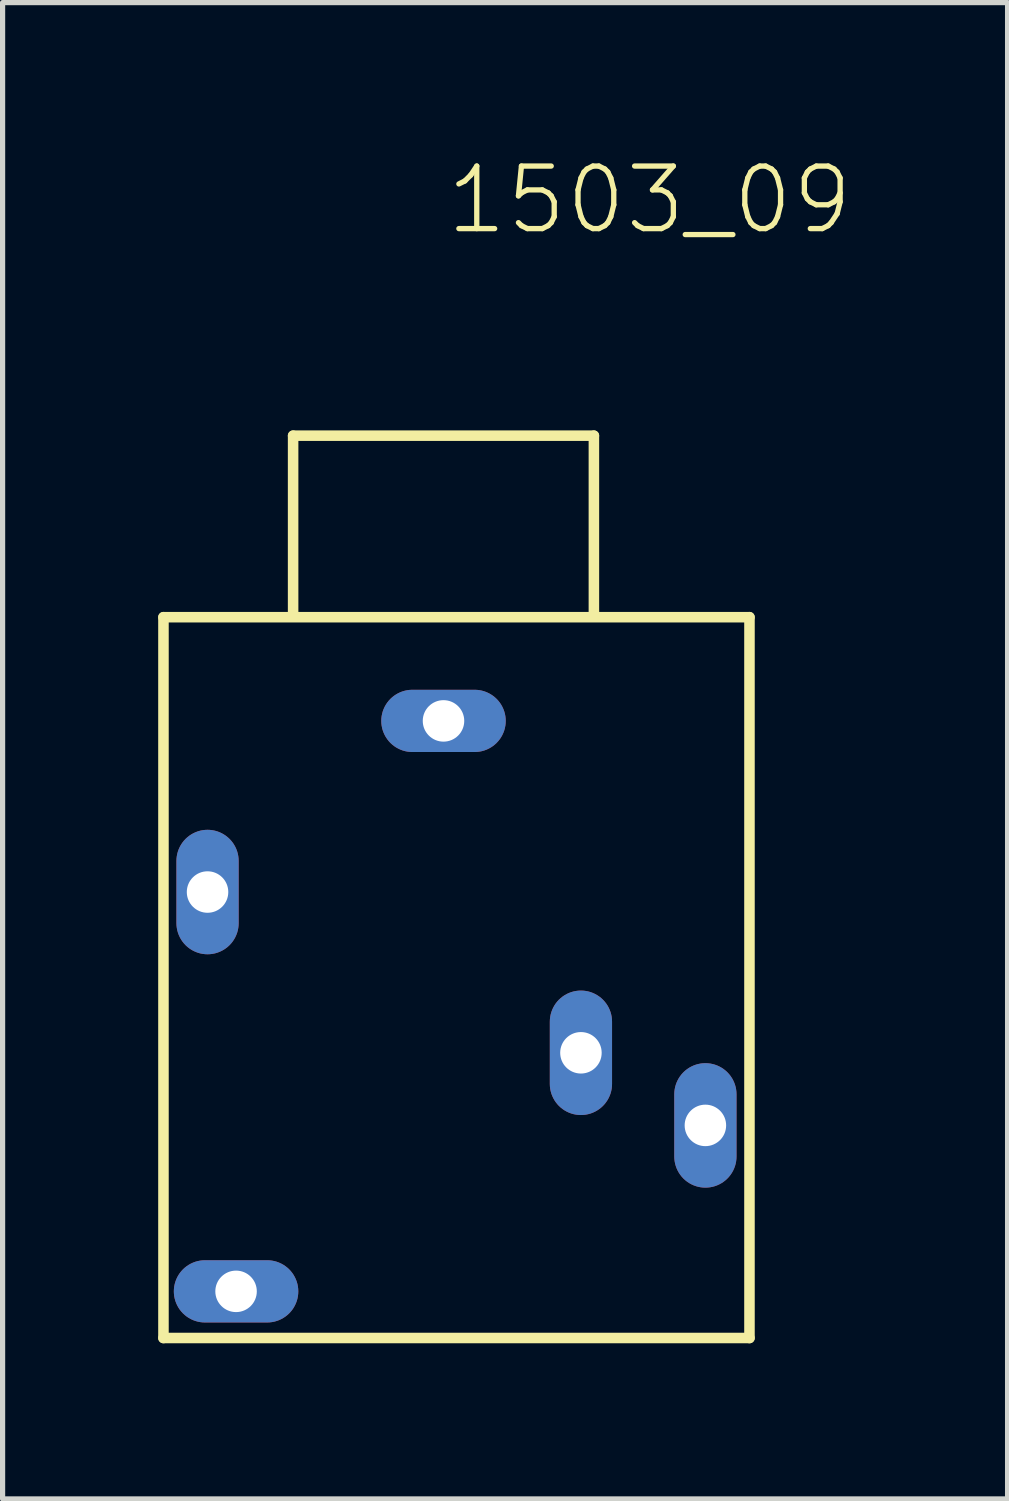
<source format=kicad_pcb>
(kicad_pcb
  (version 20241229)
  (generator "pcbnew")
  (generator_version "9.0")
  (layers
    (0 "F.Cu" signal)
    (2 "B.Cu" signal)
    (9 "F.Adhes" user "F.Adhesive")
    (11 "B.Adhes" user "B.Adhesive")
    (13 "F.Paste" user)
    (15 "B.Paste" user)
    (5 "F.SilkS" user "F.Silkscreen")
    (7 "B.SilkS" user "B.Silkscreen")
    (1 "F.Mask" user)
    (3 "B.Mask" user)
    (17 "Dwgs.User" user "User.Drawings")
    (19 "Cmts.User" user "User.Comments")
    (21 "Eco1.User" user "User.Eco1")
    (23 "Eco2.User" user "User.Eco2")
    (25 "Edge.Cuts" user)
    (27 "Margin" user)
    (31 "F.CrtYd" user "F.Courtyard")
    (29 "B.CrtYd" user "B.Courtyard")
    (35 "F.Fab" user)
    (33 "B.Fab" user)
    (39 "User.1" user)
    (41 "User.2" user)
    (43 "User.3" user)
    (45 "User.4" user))
  (footprint "1503_09"
    (layer "F.Cu")
    (at 5.502 8.751)
    (property "Reference" "1503_09" (at 0 -7.24 0) (layer "F.SilkS") (effects (font (size 1.206 1.206) (thickness 0.102)) (justify left bottom)))
    (attr through_hole)
    (fp_line (start -5.4 0.1) (end 5.9 0.1) (stroke (width 0.203) (type solid)) (layer "F.SilkS"))
    (fp_line (start -5.4 14) (end -5.4 0.1) (stroke (width 0.203) (type solid)) (layer "F.SilkS"))
    (fp_line (start -2.9 -3.4) (end 2.9 -3.4) (stroke (width 0.203) (type solid)) (layer "F.SilkS"))
    (fp_line (start -2.9 0) (end -2.9 -3.4) (stroke (width 0.203) (type solid)) (layer "F.SilkS"))
    (fp_line (start 2.9 -3.4) (end 2.9 0) (stroke (width 0.203) (type solid)) (layer "F.SilkS"))
    (fp_line (start 5.9 0.1) (end 5.9 14) (stroke (width 0.203) (type solid)) (layer "F.SilkS"))
    (fp_line (start 5.9 14) (end -5.4 14) (stroke (width 0.203) (type solid)) (layer "F.SilkS"))
    (pad "1" thru_hole oval (at 0 2.1 180) (size 2.4 1.2) (drill 0.8) (layers "*.Cu" "*.Mask"))
    (pad "2" thru_hole oval (at -4.55 5.4 90) (size 2.4 1.2) (drill 0.8) (layers "*.Cu" "*.Mask"))
    (pad "3" thru_hole oval (at 5.05 9.9 90) (size 2.4 1.2) (drill 0.8) (layers "*.Cu" "*.Mask"))
    (pad "4" thru_hole oval (at -4 13.1 180) (size 2.4 1.2) (drill 0.8) (layers "*.Cu" "*.Mask"))
    (pad "5" thru_hole oval (at 2.65 8.5 90) (size 2.4 1.2) (drill 0.8) (layers "*.Cu" "*.Mask")))
  (gr_rect
    (start -3 -3)
    (end 16.379 25.853)
    (stroke (width 0.1) (type default))
    (fill no)
    (layer "Edge.Cuts")))
</source>
